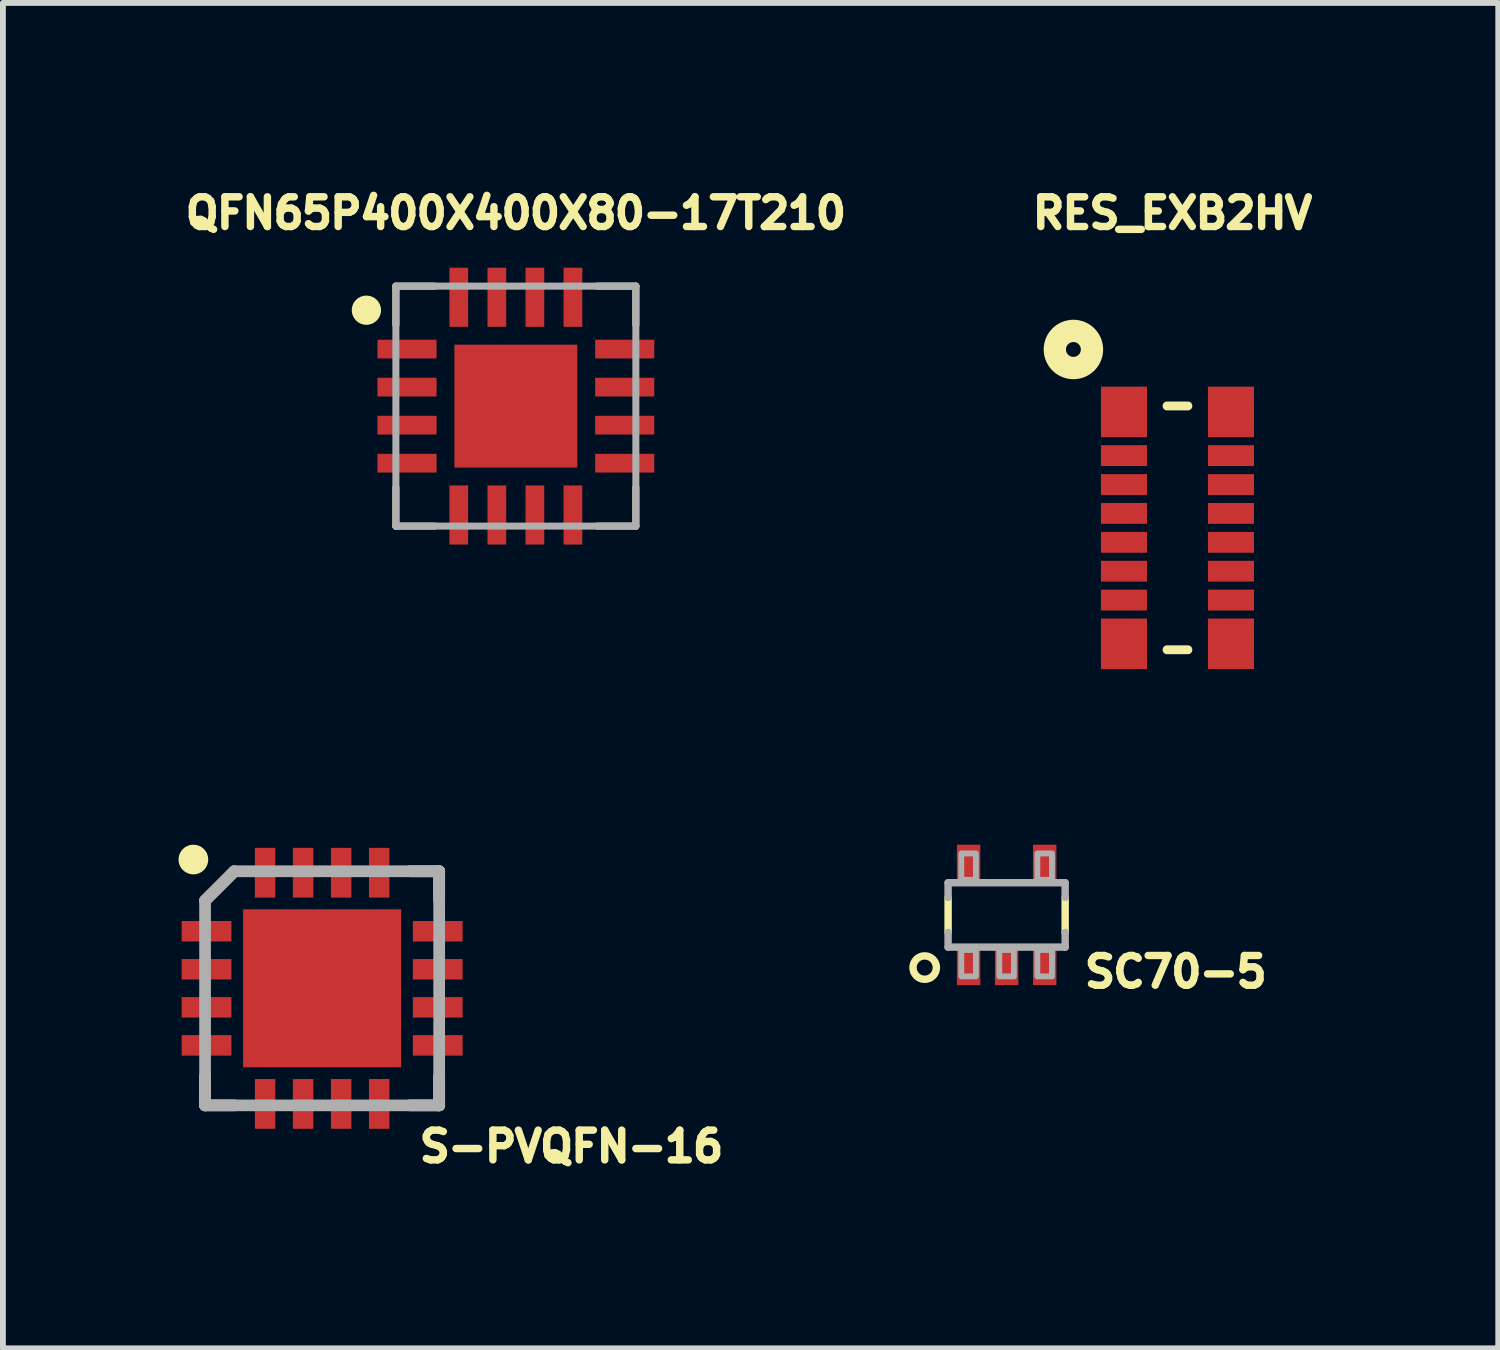
<source format=kicad_pcb>
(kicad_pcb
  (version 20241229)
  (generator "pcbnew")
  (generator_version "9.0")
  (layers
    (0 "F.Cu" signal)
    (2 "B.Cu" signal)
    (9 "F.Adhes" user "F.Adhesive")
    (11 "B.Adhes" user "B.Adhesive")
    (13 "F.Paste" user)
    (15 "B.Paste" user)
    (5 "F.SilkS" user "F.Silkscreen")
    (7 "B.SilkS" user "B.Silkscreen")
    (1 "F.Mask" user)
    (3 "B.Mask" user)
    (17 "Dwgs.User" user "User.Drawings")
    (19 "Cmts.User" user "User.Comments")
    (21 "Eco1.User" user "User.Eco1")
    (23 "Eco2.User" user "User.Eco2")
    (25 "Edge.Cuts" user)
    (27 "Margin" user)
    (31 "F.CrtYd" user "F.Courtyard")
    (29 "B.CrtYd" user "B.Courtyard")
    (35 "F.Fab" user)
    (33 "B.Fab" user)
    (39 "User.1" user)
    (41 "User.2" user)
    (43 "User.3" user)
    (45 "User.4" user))
  (footprint "SC70-5"
    (layer "F.Cu")
    (at 14.149 12.582)
    (property "Reference" "SC70-5" (at 1.27 1.27 0) (unlocked yes) (layer "F.SilkS") (effects (font (size 0.508 0.508) (thickness 0.127)) (justify left bottom)))
    (fp_line (start -1 -0.3) (end -1 0.3) (stroke (width 0.127) (type solid)) (layer "F.SilkS"))
    (fp_line (start 1 0.3) (end 1 -0.3) (stroke (width 0.127) (type solid)) (layer "F.SilkS"))
    (fp_circle (center -1.4 0.9) (end -1.2 0.9) (stroke (width 0.127) (type solid)) (fill no) (layer "F.SilkS"))
    (fp_line (start -1 -0.55) (end -1 -0.3) (stroke (width 0.127) (type solid)) (layer "F.Fab"))
    (fp_line (start -1 0.55) (end -1 0.3) (stroke (width 0.127) (type solid)) (layer "F.Fab"))
    (fp_line (start -1 0.55) (end 1 0.55) (stroke (width 0.127) (type solid)) (layer "F.Fab"))
    (fp_line (start 1 -0.55) (end -1 -0.55) (stroke (width 0.127) (type solid)) (layer "F.Fab"))
    (fp_line (start 1 -0.55) (end 1 -0.3) (stroke (width 0.127) (type solid)) (layer "F.Fab"))
    (fp_line (start 1 0.55) (end 1 0.3) (stroke (width 0.127) (type solid)) (layer "F.Fab"))
    (fp_poly (pts (xy -0.775 -0.6) (xy -0.525 -0.6) (xy -0.525 -1.05) (xy -0.775 -1.05)) (stroke (width 0.1) (type default)) (fill no) (layer "F.Fab"))
    (fp_poly (pts (xy -0.775 1.05) (xy -0.525 1.05) (xy -0.525 0.6) (xy -0.775 0.6)) (stroke (width 0.1) (type default)) (fill no) (layer "F.Fab"))
    (fp_poly (pts (xy -0.125 1.05) (xy 0.125 1.05) (xy 0.125 0.6) (xy -0.125 0.6)) (stroke (width 0.1) (type default)) (fill no) (layer "F.Fab"))
    (fp_poly (pts (xy 0.525 -0.6) (xy 0.775 -0.6) (xy 0.775 -1.05) (xy 0.525 -1.05)) (stroke (width 0.1) (type default)) (fill no) (layer "F.Fab"))
    (fp_poly (pts (xy 0.525 1.05) (xy 0.775 1.05) (xy 0.775 0.6) (xy 0.525 0.6)) (stroke (width 0.1) (type default)) (fill no) (layer "F.Fab"))
    (pad "1" smd rect (at -0.65 0.85) (size 0.4 0.7) (layers "F.Cu" "F.Mask" "F.Paste"))
    (pad "2" smd rect (at 0 0.85) (size 0.4 0.7) (layers "F.Cu" "F.Mask" "F.Paste"))
    (pad "3" smd rect (at 0.65 0.85) (size 0.4 0.7) (layers "F.Cu" "F.Mask" "F.Paste"))
    (pad "4" smd rect (at 0.65 -0.85) (size 0.4 0.7) (layers "F.Cu" "F.Mask" "F.Paste"))
    (pad "5" smd rect (at -0.65 -0.85) (size 0.4 0.7) (layers "F.Cu" "F.Mask" "F.Paste")))
  (footprint "QFN65P400X400X80-17T210"
    (layer "F.Cu")
    (at 5.764 3.889)
    (property "Reference" "QFN65P400X400X80-17T210" (at 0 -3 0) (unlocked yes) (layer "F.SilkS") (effects (font (size 0.508 0.508) (thickness 0.127)) (justify bottom)))
    (fp_line (start -2.05 -2.05) (end -1.389 -2.05) (stroke (width 0.12) (type solid)) (layer "F.SilkS"))
    (fp_line (start -2.05 -1.389) (end -2.05 -2.05) (stroke (width 0.12) (type solid)) (layer "F.SilkS"))
    (fp_line (start -2.05 1.389) (end -2.05 2.05) (stroke (width 0.12) (type solid)) (layer "F.SilkS"))
    (fp_line (start -2.05 2.05) (end -1.389 2.05) (stroke (width 0.12) (type solid)) (layer "F.SilkS"))
    (fp_line (start 2.05 -2.05) (end 1.389 -2.05) (stroke (width 0.12) (type solid)) (layer "F.SilkS"))
    (fp_line (start 2.05 -1.389) (end 2.05 -2.05) (stroke (width 0.12) (type solid)) (layer "F.SilkS"))
    (fp_line (start 2.05 1.389) (end 2.05 2.05) (stroke (width 0.12) (type solid)) (layer "F.SilkS"))
    (fp_line (start 2.05 2.05) (end 1.389 2.05) (stroke (width 0.12) (type solid)) (layer "F.SilkS"))
    (fp_circle (center -2.554 -1.639) (end -2.429 -1.639) (stroke (width 0.25) (type solid)) (fill yes) (layer "F.SilkS"))
    (fp_poly (pts (xy -0.9 -0.2) (xy -0.2 -0.2) (xy -0.2 -0.9) (xy -0.9 -0.9)) (stroke (width 0) (type default)) (fill yes) (layer "F.Paste"))
    (fp_poly (pts (xy -0.9 0.9) (xy -0.2 0.9) (xy -0.2 0.2) (xy -0.9 0.2)) (stroke (width 0) (type default)) (fill yes) (layer "F.Paste"))
    (fp_poly (pts (xy 0.2 -0.2) (xy 0.9 -0.2) (xy 0.9 -0.9) (xy 0.2 -0.9)) (stroke (width 0) (type default)) (fill yes) (layer "F.Paste"))
    (fp_poly (pts (xy 0.2 0.9) (xy 0.9 0.9) (xy 0.9 0.2) (xy 0.2 0.2)) (stroke (width 0) (type default)) (fill yes) (layer "F.Paste"))
    (fp_line (start -2.05 -2.05) (end 2.05 -2.05) (stroke (width 0.12) (type solid)) (layer "F.Fab"))
    (fp_line (start -2.05 2.05) (end -2.05 -2.05) (stroke (width 0.12) (type solid)) (layer "F.Fab"))
    (fp_line (start 2.05 -2.05) (end 2.05 2.05) (stroke (width 0.12) (type solid)) (layer "F.Fab"))
    (fp_line (start 2.05 2.05) (end -2.05 2.05) (stroke (width 0.12) (type solid)) (layer "F.Fab"))
    (pad "1" smd rect (at -1.86 -0.975) (size 1.01 0.32) (layers "F.Cu" "F.Mask" "F.Paste"))
    (pad "2" smd rect (at -1.86 -0.325) (size 1.01 0.32) (layers "F.Cu" "F.Mask" "F.Paste"))
    (pad "3" smd rect (at -1.86 0.325) (size 1.01 0.32) (layers "F.Cu" "F.Mask" "F.Paste"))
    (pad "4" smd rect (at -1.86 0.975) (size 1.01 0.32) (layers "F.Cu" "F.Mask" "F.Paste"))
    (pad "5" smd rect (at -0.975 1.86 90) (size 1.01 0.32) (layers "F.Cu" "F.Mask" "F.Paste"))
    (pad "6" smd rect (at -0.325 1.86 90) (size 1.01 0.32) (layers "F.Cu" "F.Mask" "F.Paste"))
    (pad "7" smd rect (at 0.325 1.86 90) (size 1.01 0.32) (layers "F.Cu" "F.Mask" "F.Paste"))
    (pad "8" smd rect (at 0.975 1.86 90) (size 1.01 0.32) (layers "F.Cu" "F.Mask" "F.Paste"))
    (pad "9" smd rect (at 1.86 0.975) (size 1.01 0.32) (layers "F.Cu" "F.Mask" "F.Paste"))
    (pad "10" smd rect (at 1.86 0.325) (size 1.01 0.32) (layers "F.Cu" "F.Mask" "F.Paste"))
    (pad "11" smd rect (at 1.86 -0.325) (size 1.01 0.32) (layers "F.Cu" "F.Mask" "F.Paste"))
    (pad "12" smd rect (at 1.86 -0.975) (size 1.01 0.32) (layers "F.Cu" "F.Mask" "F.Paste"))
    (pad "13" smd rect (at 0.975 -1.86 90) (size 1.01 0.32) (layers "F.Cu" "F.Mask" "F.Paste"))
    (pad "14" smd rect (at 0.325 -1.86 90) (size 1.01 0.32) (layers "F.Cu" "F.Mask" "F.Paste"))
    (pad "15" smd rect (at -0.325 -1.86 90) (size 1.01 0.32) (layers "F.Cu" "F.Mask" "F.Paste"))
    (pad "16" smd rect (at -0.975 -1.86 90) (size 1.01 0.32) (layers "F.Cu" "F.Mask" "F.Paste"))
    (pad "EPAD" smd rect (at 0 0) (size 2.1 2.1) (layers "F.Cu" "F.Mask")))
  (footprint "S-PVQFN-16"
    (layer "F.Cu")
    (at 2.454 13.836)
    (property "Reference" "S-PVQFN-16" (at 1.6 3 0) (unlocked yes) (layer "F.SilkS") (effects (font (size 0.508 0.508) (thickness 0.127)) (justify left bottom)))
    (fp_line (start -2 1.5) (end -2 2) (stroke (width 0.2) (type solid)) (layer "F.SilkS"))
    (fp_line (start -2 2) (end -1.5 2) (stroke (width 0.2) (type solid)) (layer "F.SilkS"))
    (fp_line (start -1.5 -2) (end -2 -1.5) (stroke (width 0.2) (type solid)) (layer "F.SilkS"))
    (fp_line (start 1.5 2) (end 2 2) (stroke (width 0.2) (type solid)) (layer "F.SilkS"))
    (fp_line (start 2 -2) (end 1.5 -2) (stroke (width 0.2) (type solid)) (layer "F.SilkS"))
    (fp_line (start 2 -1.5) (end 2 -2) (stroke (width 0.2) (type solid)) (layer "F.SilkS"))
    (fp_line (start 2 2) (end 2 1.5) (stroke (width 0.2) (type solid)) (layer "F.SilkS"))
    (fp_circle (center -2.2 -2.2) (end -2.073 -2.2) (stroke (width 0.254) (type solid)) (fill no) (layer "F.SilkS"))
    (fp_poly (pts (xy -0.137 -0.137) (xy -1.264 -0.137) (xy -1.264 -0.726) (xy -0.726 -1.264) (xy -0.137 -1.264)) (stroke (width 0) (type default)) (fill yes) (layer "F.Paste"))
    (fp_poly (pts (xy -0.137 1.264) (xy -0.726 1.264) (xy -1.264 0.726) (xy -1.264 0.137) (xy -0.137 0.137)) (stroke (width 0) (type default)) (fill yes) (layer "F.Paste"))
    (fp_poly (pts (xy 1.264 -0.726) (xy 1.264 -0.137) (xy 0.137 -0.137) (xy 0.137 -1.264) (xy 0.726 -1.264)) (stroke (width 0) (type default)) (fill yes) (layer "F.Paste"))
    (fp_poly (pts (xy 1.264 0.726) (xy 0.726 1.264) (xy 0.137 1.264) (xy 0.137 0.137) (xy 1.264 0.137)) (stroke (width 0) (type default)) (fill yes) (layer "F.Paste"))
    (fp_line (start -2 2) (end -2 -1.5) (stroke (width 0.2) (type solid)) (layer "F.Fab"))
    (fp_line (start -1.5 -2) (end -2 -1.5) (stroke (width 0.2) (type solid)) (layer "F.Fab"))
    (fp_line (start -1.5 -2) (end 2 -2) (stroke (width 0.2) (type solid)) (layer "F.Fab"))
    (fp_line (start 2 -2) (end 2 2) (stroke (width 0.2) (type solid)) (layer "F.Fab"))
    (fp_line (start 2 2) (end -2 2) (stroke (width 0.2) (type solid)) (layer "F.Fab"))
    (pad "1" smd rect (at -1.975 -0.975 270) (size 0.35 0.85) (layers "F.Cu" "F.Mask" "F.Paste"))
    (pad "2" smd rect (at -1.975 -0.325 270) (size 0.35 0.85) (layers "F.Cu" "F.Mask" "F.Paste"))
    (pad "3" smd rect (at -1.975 0.325 270) (size 0.35 0.85) (layers "F.Cu" "F.Mask" "F.Paste"))
    (pad "4" smd rect (at -1.975 0.975 270) (size 0.35 0.85) (layers "F.Cu" "F.Mask" "F.Paste"))
    (pad "5" smd rect (at -0.975 1.975) (size 0.35 0.85) (layers "F.Cu" "F.Mask" "F.Paste"))
    (pad "6" smd rect (at -0.325 1.975) (size 0.35 0.85) (layers "F.Cu" "F.Mask" "F.Paste"))
    (pad "7" smd rect (at 0.325 1.975) (size 0.35 0.85) (layers "F.Cu" "F.Mask" "F.Paste"))
    (pad "8" smd rect (at 0.975 1.975) (size 0.35 0.85) (layers "F.Cu" "F.Mask" "F.Paste"))
    (pad "9" smd rect (at 1.975 0.975 90) (size 0.35 0.85) (layers "F.Cu" "F.Mask" "F.Paste"))
    (pad "10" smd rect (at 1.975 0.325 90) (size 0.35 0.85) (layers "F.Cu" "F.Mask" "F.Paste"))
    (pad "11" smd rect (at 1.975 -0.325 90) (size 0.35 0.85) (layers "F.Cu" "F.Mask" "F.Paste"))
    (pad "12" smd rect (at 1.975 -0.975 90) (size 0.35 0.85) (layers "F.Cu" "F.Mask" "F.Paste"))
    (pad "13" smd rect (at 0.975 -1.975 180) (size 0.35 0.85) (layers "F.Cu" "F.Mask" "F.Paste"))
    (pad "14" smd rect (at 0.325 -1.975 180) (size 0.35 0.85) (layers "F.Cu" "F.Mask" "F.Paste"))
    (pad "15" smd rect (at -0.325 -1.975 180) (size 0.35 0.85) (layers "F.Cu" "F.Mask" "F.Paste"))
    (pad "16" smd rect (at -0.975 -1.975 180) (size 0.35 0.85) (layers "F.Cu" "F.Mask" "F.Paste"))
    (pad "PAD" smd rect (at 0 0) (size 2.7 2.7) (layers "F.Cu" "F.Mask"))
    (zone (net_name "") (layer "F.Cu") (hatch edge 0.5) (connect_pads) (min_thickness 0.25) (filled_areas_thickness no) (keepout (tracks not_allowed) (vias not_allowed) (pads not_allowed) (copperpour not_allowed) (footprints allowed)) (placement (enabled no)) (fill) (polygon (pts (xy 0.454 12.336) (xy 0.954 12.336) (xy 0.954 11.836) (xy 0.454 11.836)))))
  (footprint "RES_EXB2HV"
    (layer "F.Cu")
    (at 17.068 5.969)
    (property "Reference" "RES_EXB2HV" (at -2.54 -5.08 0) (unlocked yes) (layer "F.SilkS") (effects (font (size 0.508 0.508) (thickness 0.127)) (justify left bottom)))
    (fp_line (start -0.178 -2.083) (end 0.178 -2.083) (stroke (width 0.152) (type solid)) (layer "F.SilkS"))
    (fp_line (start -0.178 2.083) (end 0.178 2.083) (stroke (width 0.152) (type solid)) (layer "F.SilkS"))
    (fp_circle (center -1.778 -3.048) (end -1.651 -3.048) (stroke (width 0.381) (type solid)) (fill no) (layer "F.SilkS"))
    (pad "1" smd rect (at -0.914 -1.981) (size 0.787 0.864) (layers "F.Cu" "F.Mask" "F.Paste"))
    (pad "2" smd rect (at -0.914 -1.234) (size 0.787 0.356) (layers "F.Cu" "F.Mask" "F.Paste"))
    (pad "3" smd rect (at -0.914 -0.74) (size 0.787 0.356) (layers "F.Cu" "F.Mask" "F.Paste"))
    (pad "4" smd rect (at -0.914 -0.247) (size 0.787 0.356) (layers "F.Cu" "F.Mask" "F.Paste"))
    (pad "5" smd rect (at -0.914 0.247) (size 0.787 0.356) (layers "F.Cu" "F.Mask" "F.Paste"))
    (pad "6" smd rect (at -0.914 0.74) (size 0.787 0.356) (layers "F.Cu" "F.Mask" "F.Paste"))
    (pad "7" smd rect (at -0.914 1.234) (size 0.787 0.356) (layers "F.Cu" "F.Mask" "F.Paste"))
    (pad "8" smd rect (at -0.914 1.981) (size 0.787 0.864) (layers "F.Cu" "F.Mask" "F.Paste"))
    (pad "9" smd rect (at 0.914 1.981) (size 0.787 0.864) (layers "F.Cu" "F.Mask" "F.Paste"))
    (pad "10" smd rect (at 0.914 1.234) (size 0.787 0.356) (layers "F.Cu" "F.Mask" "F.Paste"))
    (pad "11" smd rect (at 0.914 0.74) (size 0.787 0.356) (layers "F.Cu" "F.Mask" "F.Paste"))
    (pad "12" smd rect (at 0.914 0.247) (size 0.787 0.356) (layers "F.Cu" "F.Mask" "F.Paste"))
    (pad "13" smd rect (at 0.914 -0.247) (size 0.787 0.356) (layers "F.Cu" "F.Mask" "F.Paste"))
    (pad "14" smd rect (at 0.914 -0.74) (size 0.787 0.356) (layers "F.Cu" "F.Mask" "F.Paste"))
    (pad "15" smd rect (at 0.914 -1.234) (size 0.787 0.356) (layers "F.Cu" "F.Mask" "F.Paste"))
    (pad "16" smd rect (at 0.914 -1.981) (size 0.787 0.864) (layers "F.Cu" "F.Mask" "F.Paste")))
  (gr_rect
    (start -3 -3)
    (end 22.549 19.987)
    (stroke (width 0.1) (type default))
    (fill no)
    (layer "Edge.Cuts")))
</source>
